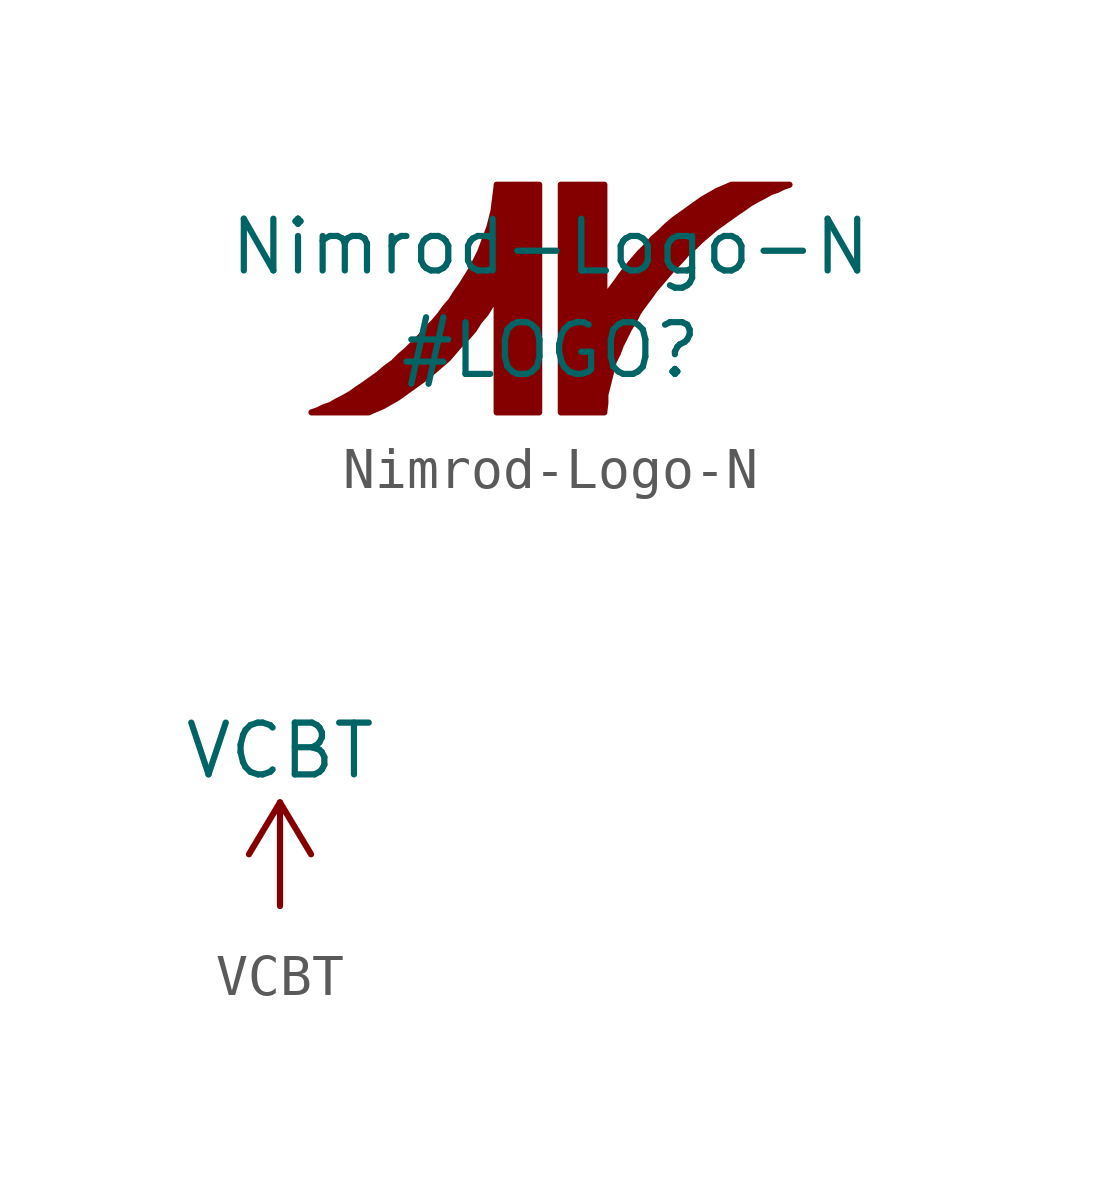
<source format=kicad_sym>
(kicad_symbol_lib
  (version 20220914)
  (generator kicad_symbol_editor)
  (symbol "Nimrod-Logo-N"
    (pin_names
      (offset 1.016))
    (property "Reference" "#LOGO"
      (at 0 -1.27 0)
      (effects (font (size 1.27 1.27))))
    (property "Value" "Nimrod-Logo-N"
      (at 0 1.27 0)
      (effects (font (size 1.27 1.27))))
    (symbol "Nimrod-Logo-N_0_1"
      (polyline (pts (xy -1.321 2.794) (xy -1.321 2.769) (xy -1.346 2.565) (xy -1.372 2.362) (xy -1.397 2.159) (xy -1.448 1.956) (xy -1.499 1.753) (xy -1.575 1.549) (xy -1.651 1.346) (xy -1.727 1.143) (xy -1.829 0.94) (xy -1.93 0.737) (xy -2.057 0.533) (xy -2.184 0.33) (xy -2.311 0.152) (xy -2.438 -0.051) (xy -2.591 -0.229) (xy -2.718 -0.406) (xy -2.87 -0.584) (xy -3.048 -0.762) (xy -3.2 -0.94) (xy -3.353 -1.092) (xy -3.531 -1.27) (xy -3.708 -1.422) (xy -3.861 -1.575) (xy -4.039 -1.702) (xy -4.216 -1.854) (xy -4.394 -1.981) (xy -4.572 -2.108) (xy -4.724 -2.21) (xy -4.902 -2.337) (xy -5.08 -2.438) (xy -5.232 -2.515) (xy -5.41 -2.616) (xy -5.563 -2.667) (xy -5.715 -2.743) (xy -5.867 -2.794) (xy -5.791 -2.794) (xy -5.588 -2.794) (xy -5.309 -2.794) (xy -5.004 -2.794) (xy -4.75 -2.794) (xy -4.547 -2.794) (xy -4.47 -2.794) (xy -4.293 -2.718) (xy -4.115 -2.642) (xy -3.937 -2.54) (xy -3.759 -2.438) (xy -3.581 -2.311) (xy -3.404 -2.184) (xy -3.226 -2.057) (xy -3.048 -1.93) (xy -2.87 -1.778) (xy -2.692 -1.626) (xy -2.515 -1.473) (xy -2.362 -1.295) (xy -2.21 -1.118) (xy -2.032 -0.94) (xy -1.88 -0.762) (xy -1.753 -0.559) (xy -1.6 -0.381) (xy -1.473 -0.178) (xy -1.321 0.025) (xy -1.321 -2.794) (xy -0.279 -2.794) (xy -0.279 2.794) (xy -1.321 2.794)) (stroke (width 0) (type default)) (fill (type outline)))
      (polyline (pts (xy 4.445 2.794) (xy 4.267 2.718) (xy 4.089 2.642) (xy 3.912 2.54) (xy 3.734 2.438) (xy 3.556 2.311) (xy 3.378 2.184) (xy 3.2 2.057) (xy 3.023 1.93) (xy 2.845 1.778) (xy 2.692 1.626) (xy 2.515 1.473) (xy 2.362 1.295) (xy 2.184 1.118) (xy 2.032 0.94) (xy 1.88 0.762) (xy 1.727 0.559) (xy 1.6 0.381) (xy 1.448 0.178) (xy 1.321 -0.025) (xy 1.321 2.794) (xy 0.254 2.794) (xy 0.254 -2.794) (xy 1.321 -2.794) (xy 1.321 -2.769) (xy 1.346 -2.565) (xy 1.346 -2.362) (xy 1.397 -2.159) (xy 1.448 -1.956) (xy 1.499 -1.753) (xy 1.549 -1.549) (xy 1.651 -1.346) (xy 1.727 -1.143) (xy 1.829 -0.94) (xy 1.93 -0.737) (xy 2.057 -0.533) (xy 2.159 -0.33) (xy 2.286 -0.152) (xy 2.438 0.051) (xy 2.565 0.229) (xy 2.718 0.406) (xy 2.87 0.584) (xy 3.023 0.762) (xy 3.2 0.94) (xy 3.353 1.118) (xy 3.531 1.27) (xy 3.683 1.422) (xy 3.861 1.575) (xy 4.039 1.727) (xy 4.216 1.854) (xy 4.394 1.981) (xy 4.572 2.108) (xy 4.724 2.21) (xy 4.902 2.337) (xy 5.08 2.438) (xy 5.232 2.515) (xy 5.41 2.616) (xy 5.563 2.667) (xy 5.715 2.743) (xy 5.867 2.794) (xy 5.791 2.794) (xy 5.588 2.794) (xy 5.309 2.794) (xy 5.004 2.794) (xy 4.724 2.794) (xy 4.521 2.794) (xy 4.445 2.794)) (stroke (width 0) (type default)) (fill (type outline)))))
  (symbol "VCBT"
    (power)
    (pin_names
      (offset 0))
    (property "Reference" "#PWR"
      (at 0 -3.81 0)
      (effects (font (size 1.27 1.27)) hide))
    (property "Value" "VCBT"
      (at 0 3.81 0)
      (effects (font (size 1.27 1.27))))
    (symbol "VCBT_0_1"
      (polyline (pts (xy -0.762 1.27) (xy 0 2.54)) (stroke (width 0) (type default)) (fill (type none)))
      (polyline (pts (xy 0 0) (xy 0 2.54)) (stroke (width 0) (type default)) (fill (type none)))
      (polyline (pts (xy 0 2.54) (xy 0.762 1.27)) (stroke (width 0) (type default)) (fill (type none))))
    (symbol "VCBT_1_1"
      (pin power_in line (at 0 0 90) (length 0) hide (name "VCBT" (effects (font (size 1.27 1.27)))) (number "1" (effects (font (size 1.27 1.27))))))))
</source>
